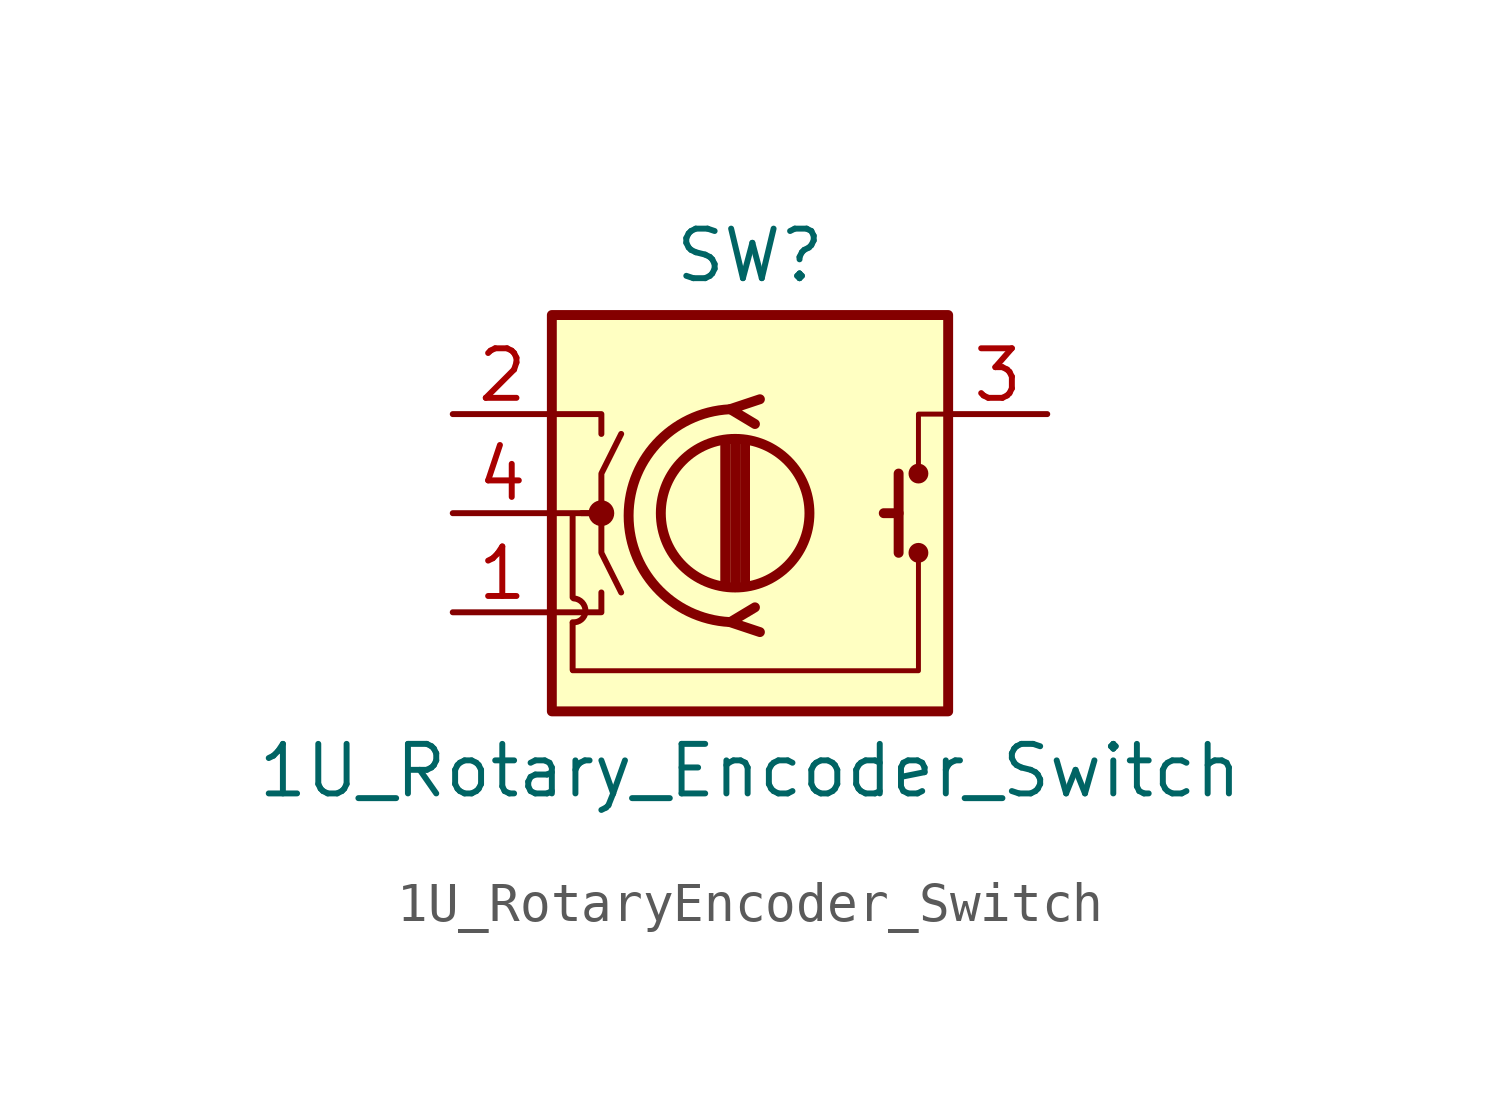
<source format=kicad_sym>
(kicad_symbol_lib
  (version 20231120)
  (generator "kicad_symbol_editor")
  (generator_version "8.0")
  (symbol "1U_RotaryEncoder_Switch"
    (pin_names
      (offset 0.254) hide)
    (property "Reference" "SW"
      (at 0 6.604 0)
      (effects (font (size 1.27 1.27))))
    (property "Value" "1U_Rotary_Encoder_Switch"
      (at 0 -6.604 0)
      (effects (font (size 1.27 1.27))))
    (symbol "1U_RotaryEncoder_Switch_0_1"
      (rectangle (start -5.08 5.08) (end 5.08 -5.08) (stroke (width 0.254) (type default)) (fill (type background)))
      (circle (center -3.81 0) (radius 0.254) (stroke (width 0) (type default)) (fill (type outline)))
      (circle (center -0.381 0) (radius 1.905) (stroke (width 0.254) (type default)) (fill (type none)))
      (arc (start -0.381 2.667) (mid -3.0988 -0.0635) (end -0.381 -2.794) (stroke (width 0.254) (type default)) (fill (type none)))
      (polyline (pts (xy -4.547 -2.819) (xy -4.547 -4.013)) (stroke (width 0) (type default)) (fill (type none)))
      (polyline (pts (xy -4.547 -0.025) (xy -4.547 -2.159)) (stroke (width 0) (type default)) (fill (type none)))
      (polyline (pts (xy -0.635 -1.778) (xy -0.635 1.778)) (stroke (width 0.254) (type default)) (fill (type none)))
      (polyline (pts (xy -0.381 -1.778) (xy -0.381 1.778)) (stroke (width 0.254) (type default)) (fill (type none)))
      (polyline (pts (xy -0.127 1.778) (xy -0.127 -1.778)) (stroke (width 0.254) (type default)) (fill (type none)))
      (polyline (pts (xy 3.81 0) (xy 3.429 0)) (stroke (width 0.254) (type default)) (fill (type none)))
      (polyline (pts (xy 3.81 1.016) (xy 3.81 -1.016)) (stroke (width 0.254) (type default)) (fill (type none)))
      (polyline (pts (xy -5.08 -2.54) (xy -3.81 -2.54) (xy -3.81 -2.032)) (stroke (width 0) (type default)) (fill (type none)))
      (polyline (pts (xy -5.08 2.54) (xy -3.81 2.54) (xy -3.81 2.032)) (stroke (width 0) (type default)) (fill (type none)))
      (polyline (pts (xy 0.254 -3.048) (xy -0.508 -2.794) (xy 0.127 -2.413)) (stroke (width 0.254) (type default)) (fill (type none)))
      (polyline (pts (xy 0.254 2.921) (xy -0.508 2.667) (xy 0.127 2.286)) (stroke (width 0.254) (type default)) (fill (type none)))
      (polyline (pts (xy -5.08 0) (xy -3.81 0) (xy -3.81 -1.016) (xy -3.302 -2.032)) (stroke (width 0) (type default)) (fill (type none)))
      (polyline (pts (xy -4.318 0) (xy -3.81 0) (xy -3.81 1.016) (xy -3.302 2.032)) (stroke (width 0) (type default)) (fill (type none)))
      (circle (center 4.318 -1.016) (radius 0.127) (stroke (width 0.254) (type default)) (fill (type none)))
      (circle (center 4.318 1.016) (radius 0.127) (stroke (width 0.254) (type default)) (fill (type none))))
    (symbol "1U_RotaryEncoder_Switch_1_1"
      (arc (start -4.5466 -2.794) (mid -4.3255 -2.7282) (end -4.2149 -2.5257) (stroke (width 0) (type default)) (fill (type none)))
      (arc (start -4.2164 -2.5146) (mid -4.3022 -2.288) (end -4.5212 -2.1844) (stroke (width 0) (type default)) (fill (type none)))
      (polyline (pts (xy -4.547 -4.039) (xy 4.318 -4.039) (xy 4.318 -1.016)) (stroke (width 0.127) (type default)) (fill (type none)))
      (polyline (pts (xy 5.08 2.54) (xy 4.318 2.54) (xy 4.318 1.016)) (stroke (width 0.127) (type default)) (fill (type none)))
      (pin passive line (at -7.62 -2.54 0) (length 2.54) (name "B" (effects (font (size 1.27 1.27)))) (number "1" (effects (font (size 1.27 1.27)))))
      (pin passive line (at -7.62 2.54 0) (length 2.54) (name "A" (effects (font (size 1.27 1.27)))) (number "2" (effects (font (size 1.27 1.27)))))
      (pin passive line (at 7.62 2.54 180) (length 2.54) (name "E" (effects (font (size 1.27 1.27)))) (number "3" (effects (font (size 1.27 1.27)))))
      (pin passive line (at -7.62 0 0) (length 2.54) (name "C" (effects (font (size 1.27 1.27)))) (number "4" (effects (font (size 1.27 1.27))))))))
</source>
